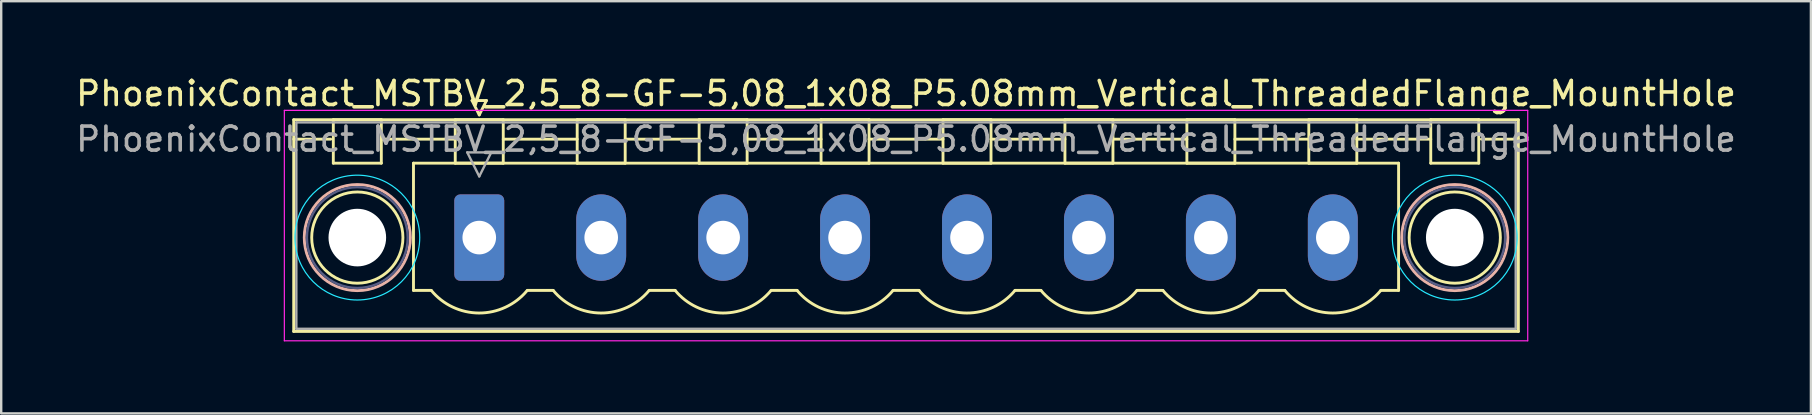
<source format=kicad_pcb>
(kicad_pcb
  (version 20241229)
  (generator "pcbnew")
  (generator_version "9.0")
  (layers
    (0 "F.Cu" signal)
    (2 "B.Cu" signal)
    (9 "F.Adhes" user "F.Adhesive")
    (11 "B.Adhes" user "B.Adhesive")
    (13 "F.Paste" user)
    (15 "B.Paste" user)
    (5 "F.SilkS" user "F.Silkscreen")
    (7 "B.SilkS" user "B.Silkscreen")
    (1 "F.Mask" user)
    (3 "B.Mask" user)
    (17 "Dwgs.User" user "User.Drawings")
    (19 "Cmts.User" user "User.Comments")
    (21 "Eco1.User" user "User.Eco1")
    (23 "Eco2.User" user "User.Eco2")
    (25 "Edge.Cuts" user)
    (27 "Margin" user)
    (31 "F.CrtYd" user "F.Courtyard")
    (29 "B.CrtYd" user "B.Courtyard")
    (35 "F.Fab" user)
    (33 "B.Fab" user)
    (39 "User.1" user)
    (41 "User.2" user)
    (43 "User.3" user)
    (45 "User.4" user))
  (footprint "PhoenixContact_MSTBV_2,5_8-GF-5,08_1x08_P5.08mm_Vertical_ThreadedFlange_MountHole"
    (layer "F.Cu")
    (at 16.916 6.848)
    (property "Reference" "PhoenixContact_MSTBV_2,5_8-GF-5,08_1x08_P5.08mm_Vertical_ThreadedFlange_MountHole" (at 17.78 -6 0) (layer "F.SilkS") (effects (font (size 1 1) (thickness 0.15))))
    (attr through_hole)
    (fp_line (start -7.73 -4.91) (end -7.73 3.91) (stroke (width 0.12) (type solid)) (layer "F.SilkS"))
    (fp_line (start -7.73 -4.1) (end -6.19 -4.1) (stroke (width 0.12) (type solid)) (layer "F.SilkS"))
    (fp_line (start -7.73 3.91) (end 43.29 3.91) (stroke (width 0.12) (type solid)) (layer "F.SilkS"))
    (fp_line (start -6.08 -4.91) (end -4.08 -4.91) (stroke (width 0.12) (type solid)) (layer "F.SilkS"))
    (fp_line (start -6.08 -3.1) (end -6.08 -4.91) (stroke (width 0.12) (type solid)) (layer "F.SilkS"))
    (fp_line (start -4.08 -4.91) (end -4.08 -3.1) (stroke (width 0.12) (type solid)) (layer "F.SilkS"))
    (fp_line (start -4.08 -4.1) (end -1 -4.1) (stroke (width 0.12) (type solid)) (layer "F.SilkS"))
    (fp_line (start -4.08 -3.1) (end -6.08 -3.1) (stroke (width 0.12) (type solid)) (layer "F.SilkS"))
    (fp_line (start -2.74 -3.1) (end 38.3 -3.1) (stroke (width 0.12) (type solid)) (layer "F.SilkS"))
    (fp_line (start -2.74 2.2) (end -2.74 -3.1) (stroke (width 0.12) (type solid)) (layer "F.SilkS"))
    (fp_line (start -2 2.2) (end -2.74 2.2) (stroke (width 0.12) (type solid)) (layer "F.SilkS"))
    (fp_line (start -1 -4.91) (end 1 -4.91) (stroke (width 0.12) (type solid)) (layer "F.SilkS"))
    (fp_line (start -1 -3.1) (end -1 -4.91) (stroke (width 0.12) (type solid)) (layer "F.SilkS"))
    (fp_line (start -0.3 -5.71) (end 0.3 -5.71) (stroke (width 0.12) (type solid)) (layer "F.SilkS"))
    (fp_line (start 0 -5.11) (end -0.3 -5.71) (stroke (width 0.12) (type solid)) (layer "F.SilkS"))
    (fp_line (start 0.3 -5.71) (end 0 -5.11) (stroke (width 0.12) (type solid)) (layer "F.SilkS"))
    (fp_line (start 1 -4.91) (end 1 -3.1) (stroke (width 0.12) (type solid)) (layer "F.SilkS"))
    (fp_line (start 1 -4.1) (end 4.08 -4.1) (stroke (width 0.12) (type solid)) (layer "F.SilkS"))
    (fp_line (start 1 -3.1) (end -1 -3.1) (stroke (width 0.12) (type solid)) (layer "F.SilkS"))
    (fp_line (start 2 2.2) (end 3.08 2.2) (stroke (width 0.12) (type solid)) (layer "F.SilkS"))
    (fp_line (start 4.08 -4.91) (end 6.08 -4.91) (stroke (width 0.12) (type solid)) (layer "F.SilkS"))
    (fp_line (start 4.08 -3.1) (end 4.08 -4.91) (stroke (width 0.12) (type solid)) (layer "F.SilkS"))
    (fp_line (start 6.08 -4.91) (end 6.08 -3.1) (stroke (width 0.12) (type solid)) (layer "F.SilkS"))
    (fp_line (start 6.08 -4.1) (end 9.16 -4.1) (stroke (width 0.12) (type solid)) (layer "F.SilkS"))
    (fp_line (start 6.08 -3.1) (end 4.08 -3.1) (stroke (width 0.12) (type solid)) (layer "F.SilkS"))
    (fp_line (start 7.08 2.2) (end 8.16 2.2) (stroke (width 0.12) (type solid)) (layer "F.SilkS"))
    (fp_line (start 9.16 -4.91) (end 11.16 -4.91) (stroke (width 0.12) (type solid)) (layer "F.SilkS"))
    (fp_line (start 9.16 -3.1) (end 9.16 -4.91) (stroke (width 0.12) (type solid)) (layer "F.SilkS"))
    (fp_line (start 11.16 -4.91) (end 11.16 -3.1) (stroke (width 0.12) (type solid)) (layer "F.SilkS"))
    (fp_line (start 11.16 -4.1) (end 14.24 -4.1) (stroke (width 0.12) (type solid)) (layer "F.SilkS"))
    (fp_line (start 11.16 -3.1) (end 9.16 -3.1) (stroke (width 0.12) (type solid)) (layer "F.SilkS"))
    (fp_line (start 12.16 2.2) (end 13.24 2.2) (stroke (width 0.12) (type solid)) (layer "F.SilkS"))
    (fp_line (start 14.24 -4.91) (end 16.24 -4.91) (stroke (width 0.12) (type solid)) (layer "F.SilkS"))
    (fp_line (start 14.24 -3.1) (end 14.24 -4.91) (stroke (width 0.12) (type solid)) (layer "F.SilkS"))
    (fp_line (start 16.24 -4.91) (end 16.24 -3.1) (stroke (width 0.12) (type solid)) (layer "F.SilkS"))
    (fp_line (start 16.24 -4.1) (end 19.32 -4.1) (stroke (width 0.12) (type solid)) (layer "F.SilkS"))
    (fp_line (start 16.24 -3.1) (end 14.24 -3.1) (stroke (width 0.12) (type solid)) (layer "F.SilkS"))
    (fp_line (start 17.24 2.2) (end 18.32 2.2) (stroke (width 0.12) (type solid)) (layer "F.SilkS"))
    (fp_line (start 19.32 -4.91) (end 21.32 -4.91) (stroke (width 0.12) (type solid)) (layer "F.SilkS"))
    (fp_line (start 19.32 -3.1) (end 19.32 -4.91) (stroke (width 0.12) (type solid)) (layer "F.SilkS"))
    (fp_line (start 21.32 -4.91) (end 21.32 -3.1) (stroke (width 0.12) (type solid)) (layer "F.SilkS"))
    (fp_line (start 21.32 -4.1) (end 24.4 -4.1) (stroke (width 0.12) (type solid)) (layer "F.SilkS"))
    (fp_line (start 21.32 -3.1) (end 19.32 -3.1) (stroke (width 0.12) (type solid)) (layer "F.SilkS"))
    (fp_line (start 22.32 2.2) (end 23.4 2.2) (stroke (width 0.12) (type solid)) (layer "F.SilkS"))
    (fp_line (start 24.4 -4.91) (end 26.4 -4.91) (stroke (width 0.12) (type solid)) (layer "F.SilkS"))
    (fp_line (start 24.4 -3.1) (end 24.4 -4.91) (stroke (width 0.12) (type solid)) (layer "F.SilkS"))
    (fp_line (start 26.4 -4.91) (end 26.4 -3.1) (stroke (width 0.12) (type solid)) (layer "F.SilkS"))
    (fp_line (start 26.4 -4.1) (end 29.48 -4.1) (stroke (width 0.12) (type solid)) (layer "F.SilkS"))
    (fp_line (start 26.4 -3.1) (end 24.4 -3.1) (stroke (width 0.12) (type solid)) (layer "F.SilkS"))
    (fp_line (start 27.4 2.2) (end 28.48 2.2) (stroke (width 0.12) (type solid)) (layer "F.SilkS"))
    (fp_line (start 29.48 -4.91) (end 31.48 -4.91) (stroke (width 0.12) (type solid)) (layer "F.SilkS"))
    (fp_line (start 29.48 -3.1) (end 29.48 -4.91) (stroke (width 0.12) (type solid)) (layer "F.SilkS"))
    (fp_line (start 31.48 -4.91) (end 31.48 -3.1) (stroke (width 0.12) (type solid)) (layer "F.SilkS"))
    (fp_line (start 31.48 -4.1) (end 34.56 -4.1) (stroke (width 0.12) (type solid)) (layer "F.SilkS"))
    (fp_line (start 31.48 -3.1) (end 29.48 -3.1) (stroke (width 0.12) (type solid)) (layer "F.SilkS"))
    (fp_line (start 32.48 2.2) (end 33.56 2.2) (stroke (width 0.12) (type solid)) (layer "F.SilkS"))
    (fp_line (start 34.56 -4.91) (end 36.56 -4.91) (stroke (width 0.12) (type solid)) (layer "F.SilkS"))
    (fp_line (start 34.56 -3.1) (end 34.56 -4.91) (stroke (width 0.12) (type solid)) (layer "F.SilkS"))
    (fp_line (start 36.56 -4.91) (end 36.56 -3.1) (stroke (width 0.12) (type solid)) (layer "F.SilkS"))
    (fp_line (start 36.56 -4.1) (end 39.64 -4.1) (stroke (width 0.12) (type solid)) (layer "F.SilkS"))
    (fp_line (start 36.56 -3.1) (end 34.56 -3.1) (stroke (width 0.12) (type solid)) (layer "F.SilkS"))
    (fp_line (start 38.3 -3.1) (end 38.3 2.2) (stroke (width 0.12) (type solid)) (layer "F.SilkS"))
    (fp_line (start 38.3 2.2) (end 37.56 2.2) (stroke (width 0.12) (type solid)) (layer "F.SilkS"))
    (fp_line (start 39.64 -4.91) (end 41.64 -4.91) (stroke (width 0.12) (type solid)) (layer "F.SilkS"))
    (fp_line (start 39.64 -3.1) (end 39.64 -4.91) (stroke (width 0.12) (type solid)) (layer "F.SilkS"))
    (fp_line (start 41.64 -4.91) (end 41.64 -3.1) (stroke (width 0.12) (type solid)) (layer "F.SilkS"))
    (fp_line (start 41.64 -3.1) (end 39.64 -3.1) (stroke (width 0.12) (type solid)) (layer "F.SilkS"))
    (fp_line (start 43.29 -4.91) (end -7.73 -4.91) (stroke (width 0.12) (type solid)) (layer "F.SilkS"))
    (fp_line (start 43.29 -4.1) (end 41.75 -4.1) (stroke (width 0.12) (type solid)) (layer "F.SilkS"))
    (fp_line (start 43.29 3.91) (end 43.29 -4.91) (stroke (width 0.12) (type solid)) (layer "F.SilkS"))
    (fp_arc (start 1.986842 2.215821) (mid -0.010289 3.142758) (end -2 2.2) (stroke (width 0.12) (type solid)) (layer "F.SilkS"))
    (fp_arc (start 7.066842 2.215821) (mid 5.069711 3.142758) (end 3.08 2.2) (stroke (width 0.12) (type solid)) (layer "F.SilkS"))
    (fp_arc (start 12.146842 2.215821) (mid 10.149711 3.142758) (end 8.16 2.2) (stroke (width 0.12) (type solid)) (layer "F.SilkS"))
    (fp_arc (start 17.226842 2.215821) (mid 15.229711 3.142758) (end 13.24 2.2) (stroke (width 0.12) (type solid)) (layer "F.SilkS"))
    (fp_arc (start 22.306842 2.215821) (mid 20.309711 3.142758) (end 18.32 2.2) (stroke (width 0.12) (type solid)) (layer "F.SilkS"))
    (fp_arc (start 27.386842 2.215821) (mid 25.389711 3.142758) (end 23.4 2.2) (stroke (width 0.12) (type solid)) (layer "F.SilkS"))
    (fp_arc (start 32.466842 2.215821) (mid 30.469711 3.142758) (end 28.48 2.2) (stroke (width 0.12) (type solid)) (layer "F.SilkS"))
    (fp_arc (start 37.546842 2.215821) (mid 35.549711 3.142758) (end 33.56 2.2) (stroke (width 0.12) (type solid)) (layer "F.SilkS"))
    (fp_circle (center -5.08 0) (end -3.18 0) (stroke (width 0.12) (type solid)) (fill no) (layer "F.SilkS"))
    (fp_circle (center 40.64 0) (end 42.54 0) (stroke (width 0.12) (type solid)) (fill no) (layer "F.SilkS"))
    (fp_circle (center -5.08 0) (end -2.87 0) (stroke (width 0.12) (type solid)) (fill no) (layer "B.SilkS"))
    (fp_circle (center 40.64 0) (end 42.85 0) (stroke (width 0.12) (type solid)) (fill no) (layer "B.SilkS"))
    (fp_circle (center -5.08 0) (end -2.48 0) (stroke (width 0.05) (type solid)) (fill no) (layer "B.CrtYd"))
    (fp_circle (center 40.64 0) (end 43.24 0) (stroke (width 0.05) (type solid)) (fill no) (layer "B.CrtYd"))
    (fp_line (start -8.12 -5.3) (end -8.12 4.3) (stroke (width 0.05) (type solid)) (layer "F.CrtYd"))
    (fp_line (start -8.12 4.3) (end 43.68 4.3) (stroke (width 0.05) (type solid)) (layer "F.CrtYd"))
    (fp_line (start 43.68 -5.3) (end -8.12 -5.3) (stroke (width 0.05) (type solid)) (layer "F.CrtYd"))
    (fp_line (start 43.68 4.3) (end 43.68 -5.3) (stroke (width 0.05) (type solid)) (layer "F.CrtYd"))
    (fp_circle (center -5.08 0) (end -2.98 0) (stroke (width 0.1) (type solid)) (fill no) (layer "B.Fab"))
    (fp_circle (center 40.64 0) (end 42.74 0) (stroke (width 0.1) (type solid)) (fill no) (layer "B.Fab"))
    (fp_line (start -7.62 -4.8) (end -7.62 3.8) (stroke (width 0.1) (type solid)) (layer "F.Fab"))
    (fp_line (start -7.62 3.8) (end 43.18 3.8) (stroke (width 0.1) (type solid)) (layer "F.Fab"))
    (fp_line (start -0.5 -3.55) (end 0.5 -3.55) (stroke (width 0.1) (type solid)) (layer "F.Fab"))
    (fp_line (start 0 -2.55) (end -0.5 -3.55) (stroke (width 0.1) (type solid)) (layer "F.Fab"))
    (fp_line (start 0.5 -3.55) (end 0 -2.55) (stroke (width 0.1) (type solid)) (layer "F.Fab"))
    (fp_line (start 43.18 -4.8) (end -7.62 -4.8) (stroke (width 0.1) (type solid)) (layer "F.Fab"))
    (fp_line (start 43.18 3.8) (end 43.18 -4.8) (stroke (width 0.1) (type solid)) (layer "F.Fab"))
    (fp_text user "${REFERENCE}" (at 17.78 -4.1 0) (layer "F.Fab") (effects (font (size 1 1) (thickness 0.15))))
    (pad "" np_thru_hole circle (at -5.08 0) (size 2.4 2.4) (drill 2.4) (layers "*.Cu" "*.Mask"))
    (pad "" np_thru_hole circle (at 40.64 0) (size 2.4 2.4) (drill 2.4) (layers "*.Cu" "*.Mask"))
    (pad "1" thru_hole roundrect (at 0 0) (size 2.08 3.6) (drill 1.4) (layers "*.Cu" "*.Mask") (roundrect_rratio 0.12))
    (pad "2" thru_hole oval (at 5.08 0) (size 2.08 3.6) (drill 1.4) (layers "*.Cu" "*.Mask"))
    (pad "3" thru_hole oval (at 10.16 0) (size 2.08 3.6) (drill 1.4) (layers "*.Cu" "*.Mask"))
    (pad "4" thru_hole oval (at 15.24 0) (size 2.08 3.6) (drill 1.4) (layers "*.Cu" "*.Mask"))
    (pad "5" thru_hole oval (at 20.32 0) (size 2.08 3.6) (drill 1.4) (layers "*.Cu" "*.Mask"))
    (pad "6" thru_hole oval (at 25.4 0) (size 2.08 3.6) (drill 1.4) (layers "*.Cu" "*.Mask"))
    (pad "7" thru_hole oval (at 30.48 0) (size 2.08 3.6) (drill 1.4) (layers "*.Cu" "*.Mask"))
    (pad "8" thru_hole oval (at 35.56 0) (size 2.08 3.6) (drill 1.4) (layers "*.Cu" "*.Mask")))
  (gr_rect
    (start -3 -3)
    (end 72.393 14.173)
    (stroke (width 0.1) (type default))
    (fill no)
    (layer "Edge.Cuts")))
</source>
